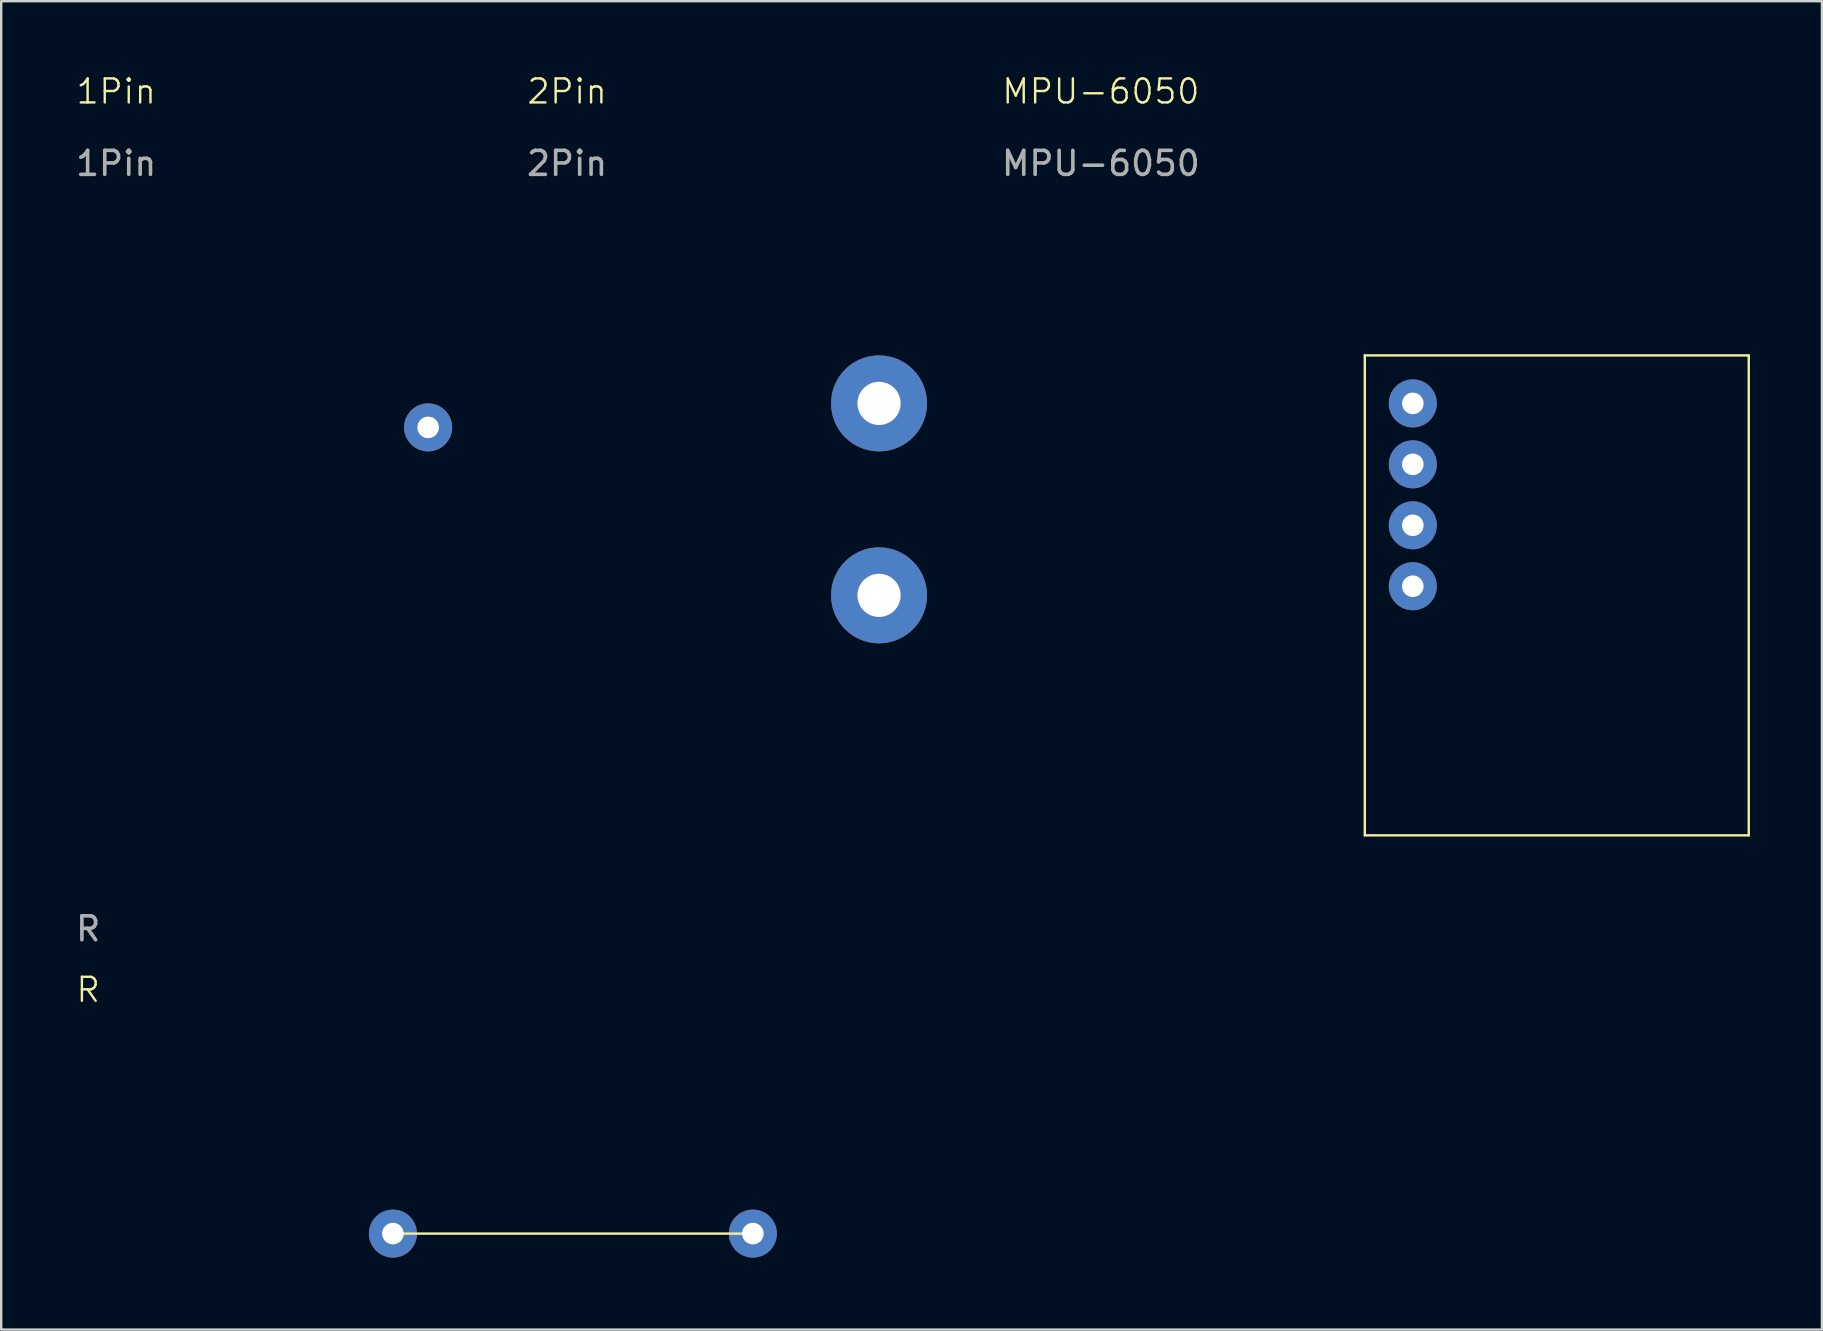
<source format=kicad_pcb>
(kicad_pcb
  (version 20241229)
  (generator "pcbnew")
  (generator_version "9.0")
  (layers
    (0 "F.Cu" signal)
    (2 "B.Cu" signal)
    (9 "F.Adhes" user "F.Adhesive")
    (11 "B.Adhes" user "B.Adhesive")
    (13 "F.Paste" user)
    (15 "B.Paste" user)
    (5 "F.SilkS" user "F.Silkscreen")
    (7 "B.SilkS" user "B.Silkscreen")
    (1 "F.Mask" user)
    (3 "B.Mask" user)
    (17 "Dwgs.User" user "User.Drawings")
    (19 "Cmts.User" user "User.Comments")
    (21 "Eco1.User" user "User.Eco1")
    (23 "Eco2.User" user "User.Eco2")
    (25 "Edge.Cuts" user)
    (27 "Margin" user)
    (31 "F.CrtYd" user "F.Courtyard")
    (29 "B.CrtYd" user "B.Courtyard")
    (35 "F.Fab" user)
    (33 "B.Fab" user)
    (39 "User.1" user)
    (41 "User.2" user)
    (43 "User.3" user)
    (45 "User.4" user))
  (footprint "2Pin"
    (layer "F.Cu")
    (at 33.583 13.761)
    (property "Reference" "2Pin" (at -13 -13 0) (unlocked yes) (layer "F.SilkS") (effects (font (size 1 1) (thickness 0.1))))
    (attr through_hole)
    (fp_text user "${REFERENCE}" (at -13 -10 0) (unlocked yes) (layer "F.Fab") (effects (font (size 1 1) (thickness 0.15))))
    (pad "1" thru_hole circle (at 0 0) (size 4 4) (drill 1.8) (layers "*.Cu" "*.Mask"))
    (pad "2" thru_hole circle (at 0 8) (size 4 4) (drill 1.8) (layers "*.Cu" "*.Mask")))
  (footprint "MPU-6050"
    (layer "F.Cu")
    (at 55.827 13.761)
    (property "Reference" "MPU-6050" (at -13 -13 0) (unlocked yes) (layer "F.SilkS") (effects (font (size 1 1) (thickness 0.1))))
    (attr through_hole)
    (fp_line (start -2 -2) (end 14 -2) (stroke (width 0.1) (type default)) (layer "F.SilkS"))
    (fp_line (start -2 18) (end -2 -2) (stroke (width 0.1) (type default)) (layer "F.SilkS"))
    (fp_line (start 14 -2) (end 14 18) (stroke (width 0.1) (type default)) (layer "F.SilkS"))
    (fp_line (start 14 18) (end -2 18) (stroke (width 0.1) (type default)) (layer "F.SilkS"))
    (fp_text user "${REFERENCE}" (at -13 -10 0) (unlocked yes) (layer "F.Fab") (effects (font (size 1 1) (thickness 0.15))))
    (pad "1" thru_hole circle (at 0 0) (size 2 2) (drill 0.9) (layers "*.Cu" "*.Mask"))
    (pad "2" thru_hole circle (at 0 2.54) (size 2 2) (drill 0.9) (layers "*.Cu" "*.Mask"))
    (pad "3" thru_hole circle (at 0 5.08) (size 2 2) (drill 0.9) (layers "*.Cu" "*.Mask"))
    (pad "4" thru_hole circle (at 0 7.62) (size 2 2) (drill 0.9) (layers "*.Cu" "*.Mask")))
  (footprint "R"
    (layer "F.Cu")
    (at 13.325 48.359)
    (property "Reference" "R" (at -12.7 -10.16 0) (unlocked yes) (layer "F.SilkS") (effects (font (size 1 1) (thickness 0.1))))
    (attr smd)
    (fp_line (start 0 0) (end 15 0) (stroke (width 0.1) (type default)) (layer "F.SilkS"))
    (fp_text user "${REFERENCE}" (at -12.7 -12.7 0) (unlocked yes) (layer "F.Fab") (effects (font (size 1 1) (thickness 0.15))))
    (pad "1" thru_hole circle (at 0 0) (size 2 2) (drill 0.9) (layers "*.Cu" "*.Mask"))
    (pad "2" thru_hole circle (at 15 0) (size 2 2) (drill 0.9) (layers "*.Cu" "*.Mask")))
  (footprint "1Pin"
    (layer "F.Cu")
    (at 14.792 14.761)
    (property "Reference" "1Pin" (at -13 -14 0) (unlocked yes) (layer "F.SilkS") (effects (font (size 1 1) (thickness 0.1))))
    (attr through_hole)
    (fp_text user "${REFERENCE}" (at -13 -11 0) (unlocked yes) (layer "F.Fab") (effects (font (size 1 1) (thickness 0.15))))
    (pad "1" thru_hole circle (at 0 0) (size 2 2) (drill 0.9) (layers "*.Cu" "*.Mask")))
  (gr_rect
    (start -3 -3)
    (end 72.877 52.359)
    (stroke (width 0.1) (type default))
    (fill no)
    (layer "Edge.Cuts")))
</source>
